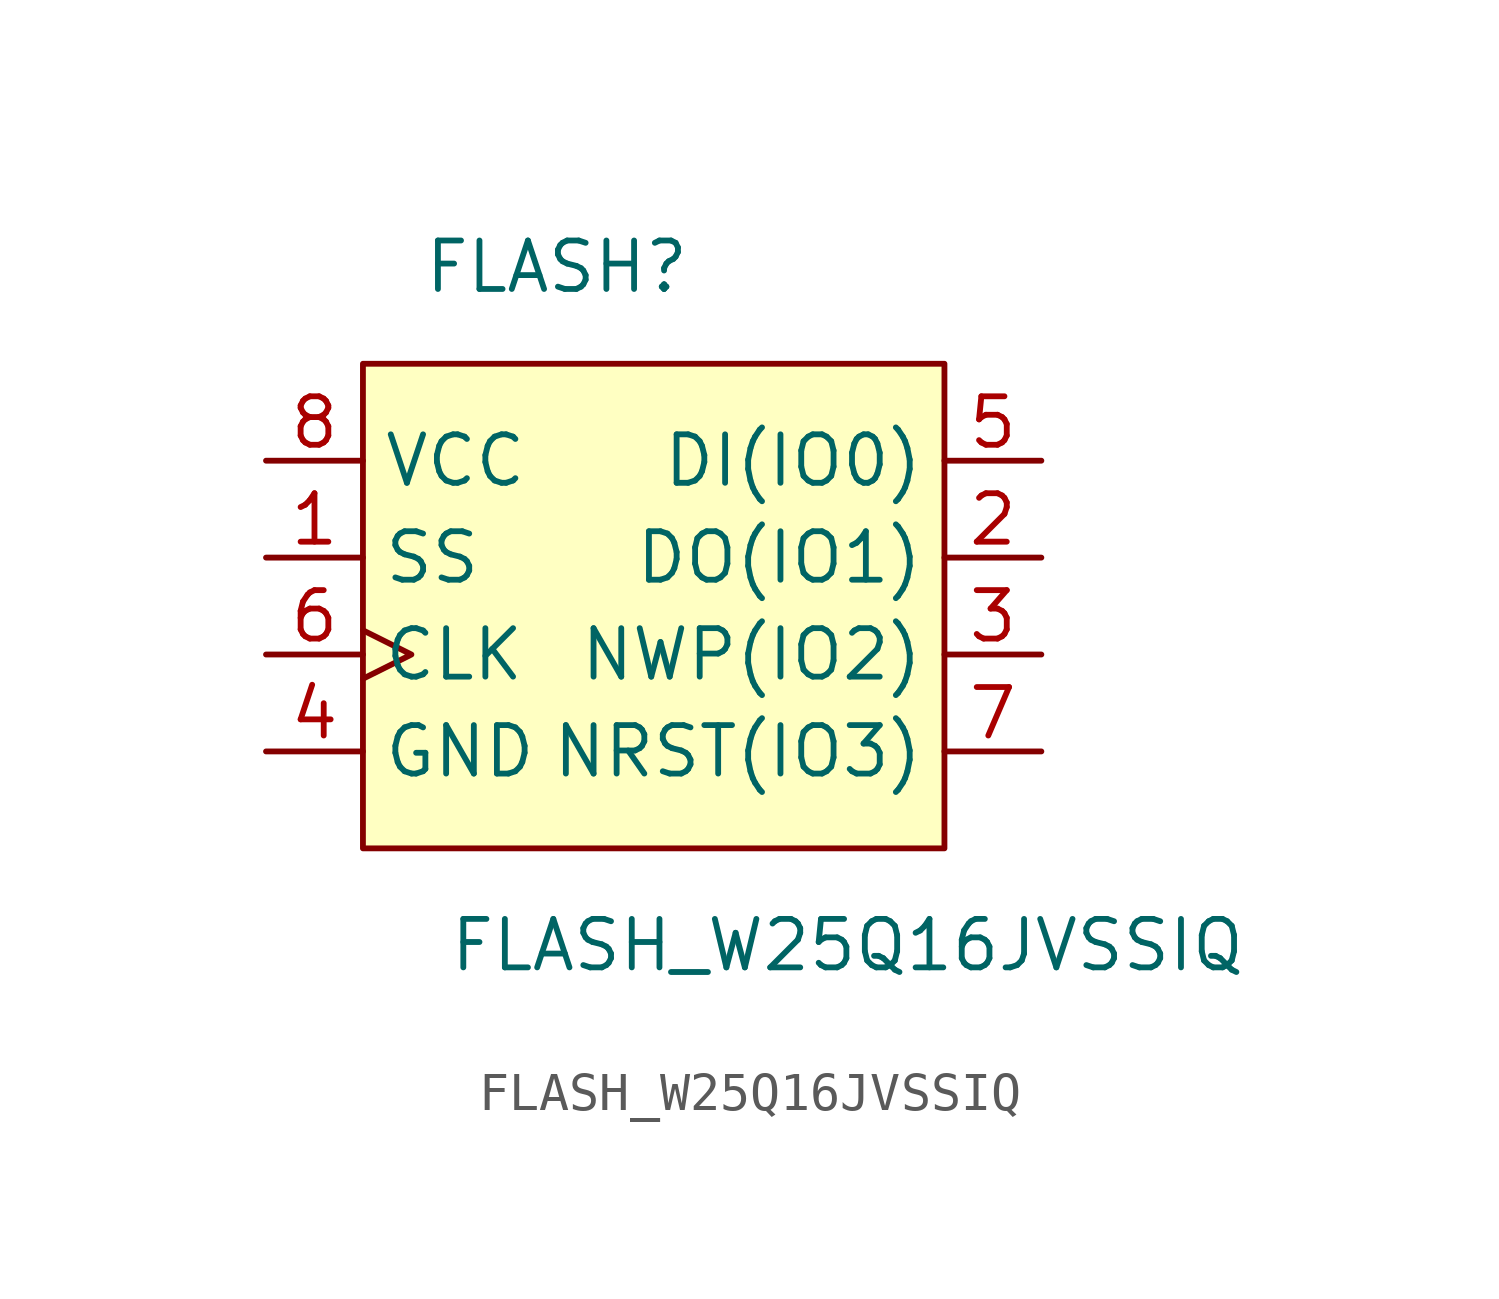
<source format=kicad_sym>
(kicad_symbol_lib
  (version 20211014)
  (generator kicad_symbol_editor)
  (symbol "FLASH_W25Q16JVSSIQ"
    (property "Reference" "FLASH"
      (at 5.08 2.54 0)
      (effects (font (size 1.27 1.27))))
    (property "Value" "FLASH_W25Q16JVSSIQ"
      (at 12.7 -15.24 0)
      (effects (font (size 1.27 1.27))))
    (symbol "FLASH_W25Q16JVSSIQ_0_1"
      (rectangle (start 0 0) (end 15.24 -12.7) (stroke (width 0) (type default) (color 0 0 0 0)) (fill (type background))))
    (symbol "FLASH_W25Q16JVSSIQ_1_1"
      (pin input line (at -2.54 -5.08 0) (length 2.54) (name "SS" (effects (font (size 1.27 1.27)))) (number "1" (effects (font (size 1.27 1.27)))))
      (pin output line (at 17.78 -5.08 180) (length 2.54) (name "DO(IO1)" (effects (font (size 1.27 1.27)))) (number "2" (effects (font (size 1.27 1.27)))))
      (pin input line (at 17.78 -7.62 180) (length 2.54) (name "NWP(IO2)" (effects (font (size 1.27 1.27)))) (number "3" (effects (font (size 1.27 1.27)))))
      (pin power_in line (at -2.54 -10.16 0) (length 2.54) (name "GND" (effects (font (size 1.27 1.27)))) (number "4" (effects (font (size 1.27 1.27)))))
      (pin input line (at 17.78 -2.54 180) (length 2.54) (name "DI(IO0)" (effects (font (size 1.27 1.27)))) (number "5" (effects (font (size 1.27 1.27)))))
      (pin input clock (at -2.54 -7.62 0) (length 2.54) (name "CLK" (effects (font (size 1.27 1.27)))) (number "6" (effects (font (size 1.27 1.27)))))
      (pin input line (at 17.78 -10.16 180) (length 2.54) (name "NRST(IO3)" (effects (font (size 1.27 1.27)))) (number "7" (effects (font (size 1.27 1.27)))))
      (pin power_in line (at -2.54 -2.54 0) (length 2.54) (name "VCC" (effects (font (size 1.27 1.27)))) (number "8" (effects (font (size 1.27 1.27))))))))
</source>
